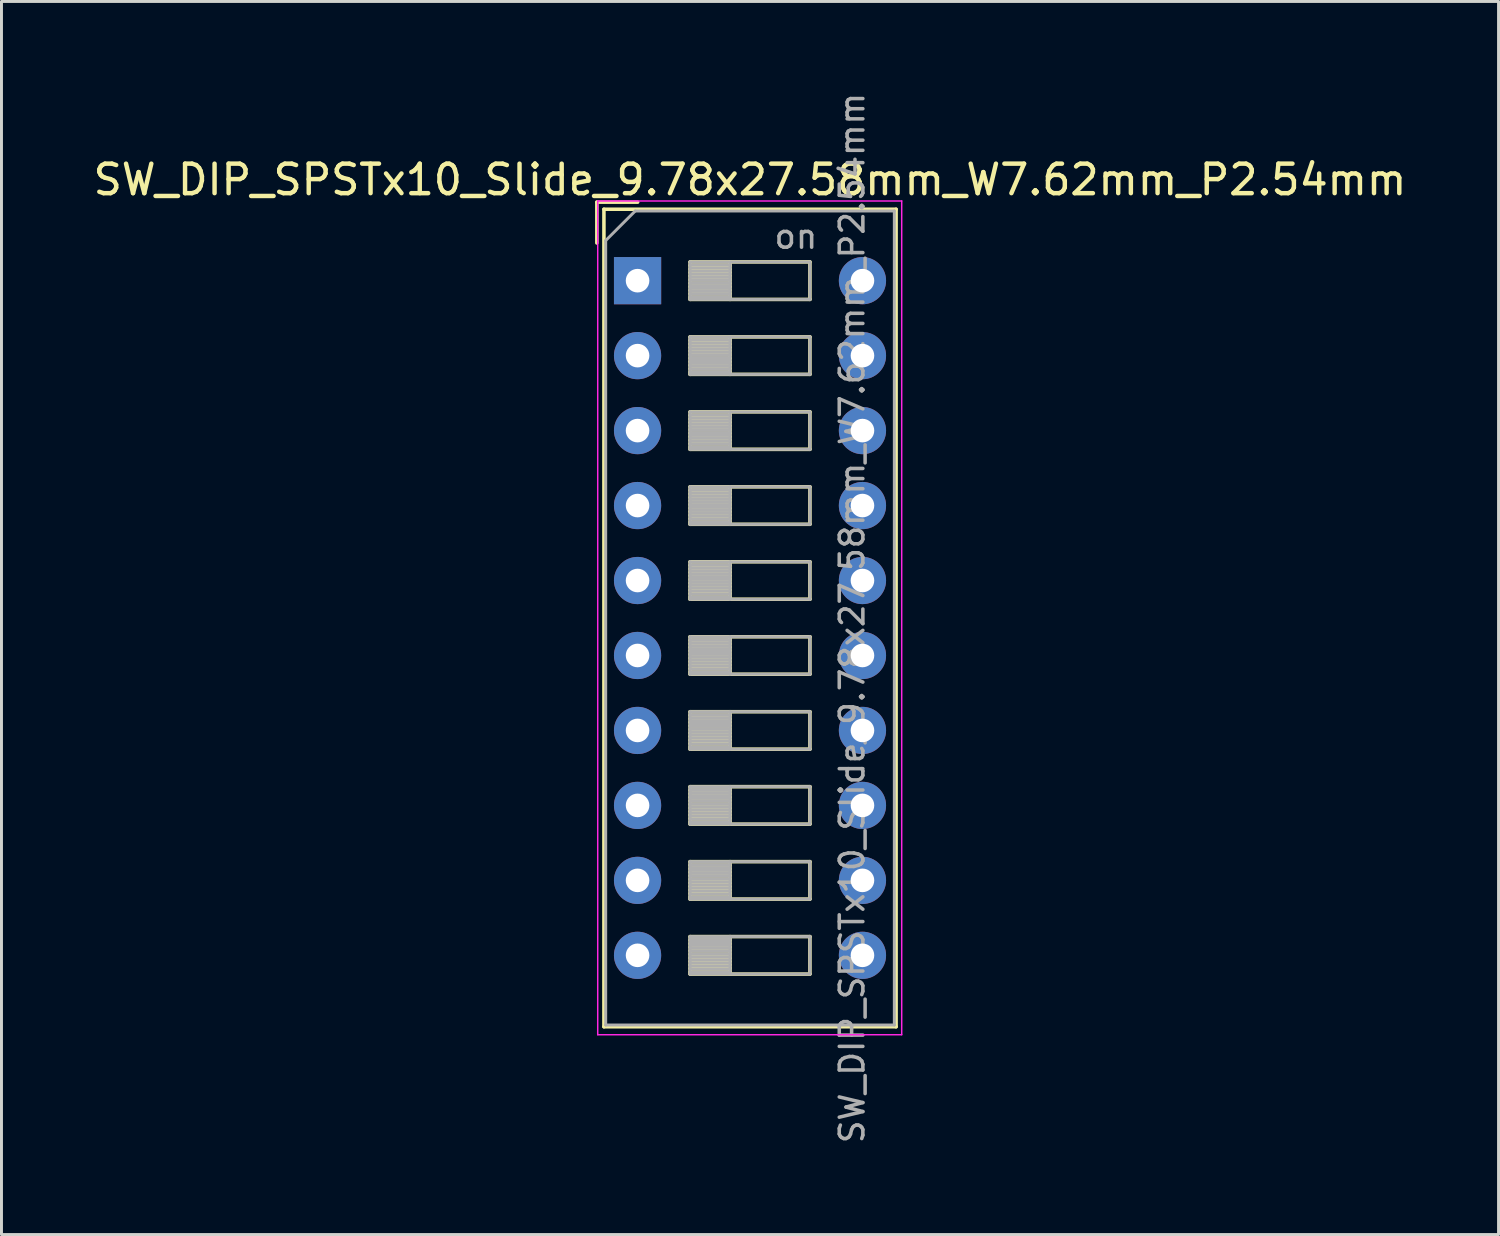
<source format=kicad_pcb>
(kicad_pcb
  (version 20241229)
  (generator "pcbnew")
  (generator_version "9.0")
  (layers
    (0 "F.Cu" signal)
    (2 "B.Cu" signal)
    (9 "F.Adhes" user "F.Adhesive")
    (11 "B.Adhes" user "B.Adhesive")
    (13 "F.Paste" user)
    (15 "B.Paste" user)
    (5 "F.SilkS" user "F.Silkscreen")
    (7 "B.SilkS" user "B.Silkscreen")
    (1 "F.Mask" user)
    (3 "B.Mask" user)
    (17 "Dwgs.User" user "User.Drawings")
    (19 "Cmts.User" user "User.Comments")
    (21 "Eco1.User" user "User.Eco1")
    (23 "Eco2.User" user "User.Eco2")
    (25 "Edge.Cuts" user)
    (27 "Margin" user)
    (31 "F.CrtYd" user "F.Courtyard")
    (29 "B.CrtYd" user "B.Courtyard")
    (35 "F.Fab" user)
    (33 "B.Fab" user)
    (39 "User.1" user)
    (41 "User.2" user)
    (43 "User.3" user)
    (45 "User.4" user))
  (footprint "SW_DIP_SPSTx10_Slide_9.78x27.58mm_W7.62mm_P2.54mm"
    (layer "F.Cu")
    (at 18.553 6.46)
    (property "Reference" "SW_DIP_SPSTx10_Slide_9.78x27.58mm_W7.62mm_P2.54mm" (at 3.81 -3.42 0) (layer "F.SilkS") (effects (font (size 1 1) (thickness 0.15))))
    (attr through_hole)
    (fp_line (start -1.38 -2.66) (end -1.38 -1.277) (stroke (width 0.12) (type solid)) (layer "F.SilkS"))
    (fp_line (start -1.38 -2.66) (end 0.004 -2.66) (stroke (width 0.12) (type solid)) (layer "F.SilkS"))
    (fp_line (start -1.14 -2.42) (end -1.14 25.28) (stroke (width 0.12) (type solid)) (layer "F.SilkS"))
    (fp_line (start -1.14 -2.42) (end 8.76 -2.42) (stroke (width 0.12) (type solid)) (layer "F.SilkS"))
    (fp_line (start -1.14 25.28) (end 8.76 25.28) (stroke (width 0.12) (type solid)) (layer "F.SilkS"))
    (fp_line (start 1.78 -0.635) (end 1.78 0.635) (stroke (width 0.12) (type solid)) (layer "F.SilkS"))
    (fp_line (start 1.78 -0.515) (end 3.133 -0.515) (stroke (width 0.12) (type solid)) (layer "F.SilkS"))
    (fp_line (start 1.78 -0.395) (end 3.133 -0.395) (stroke (width 0.12) (type solid)) (layer "F.SilkS"))
    (fp_line (start 1.78 -0.275) (end 3.133 -0.275) (stroke (width 0.12) (type solid)) (layer "F.SilkS"))
    (fp_line (start 1.78 -0.155) (end 3.133 -0.155) (stroke (width 0.12) (type solid)) (layer "F.SilkS"))
    (fp_line (start 1.78 -0.035) (end 3.133 -0.035) (stroke (width 0.12) (type solid)) (layer "F.SilkS"))
    (fp_line (start 1.78 0.085) (end 3.133 0.085) (stroke (width 0.12) (type solid)) (layer "F.SilkS"))
    (fp_line (start 1.78 0.205) (end 3.133 0.205) (stroke (width 0.12) (type solid)) (layer "F.SilkS"))
    (fp_line (start 1.78 0.325) (end 3.133 0.325) (stroke (width 0.12) (type solid)) (layer "F.SilkS"))
    (fp_line (start 1.78 0.445) (end 3.133 0.445) (stroke (width 0.12) (type solid)) (layer "F.SilkS"))
    (fp_line (start 1.78 0.565) (end 3.133 0.565) (stroke (width 0.12) (type solid)) (layer "F.SilkS"))
    (fp_line (start 1.78 0.635) (end 5.84 0.635) (stroke (width 0.12) (type solid)) (layer "F.SilkS"))
    (fp_line (start 1.78 1.905) (end 1.78 3.175) (stroke (width 0.12) (type solid)) (layer "F.SilkS"))
    (fp_line (start 1.78 2.025) (end 3.133 2.025) (stroke (width 0.12) (type solid)) (layer "F.SilkS"))
    (fp_line (start 1.78 2.145) (end 3.133 2.145) (stroke (width 0.12) (type solid)) (layer "F.SilkS"))
    (fp_line (start 1.78 2.265) (end 3.133 2.265) (stroke (width 0.12) (type solid)) (layer "F.SilkS"))
    (fp_line (start 1.78 2.385) (end 3.133 2.385) (stroke (width 0.12) (type solid)) (layer "F.SilkS"))
    (fp_line (start 1.78 2.505) (end 3.133 2.505) (stroke (width 0.12) (type solid)) (layer "F.SilkS"))
    (fp_line (start 1.78 2.625) (end 3.133 2.625) (stroke (width 0.12) (type solid)) (layer "F.SilkS"))
    (fp_line (start 1.78 2.745) (end 3.133 2.745) (stroke (width 0.12) (type solid)) (layer "F.SilkS"))
    (fp_line (start 1.78 2.865) (end 3.133 2.865) (stroke (width 0.12) (type solid)) (layer "F.SilkS"))
    (fp_line (start 1.78 2.985) (end 3.133 2.985) (stroke (width 0.12) (type solid)) (layer "F.SilkS"))
    (fp_line (start 1.78 3.105) (end 3.133 3.105) (stroke (width 0.12) (type solid)) (layer "F.SilkS"))
    (fp_line (start 1.78 3.175) (end 5.84 3.175) (stroke (width 0.12) (type solid)) (layer "F.SilkS"))
    (fp_line (start 1.78 4.445) (end 1.78 5.715) (stroke (width 0.12) (type solid)) (layer "F.SilkS"))
    (fp_line (start 1.78 4.565) (end 3.133 4.565) (stroke (width 0.12) (type solid)) (layer "F.SilkS"))
    (fp_line (start 1.78 4.685) (end 3.133 4.685) (stroke (width 0.12) (type solid)) (layer "F.SilkS"))
    (fp_line (start 1.78 4.805) (end 3.133 4.805) (stroke (width 0.12) (type solid)) (layer "F.SilkS"))
    (fp_line (start 1.78 4.925) (end 3.133 4.925) (stroke (width 0.12) (type solid)) (layer "F.SilkS"))
    (fp_line (start 1.78 5.045) (end 3.133 5.045) (stroke (width 0.12) (type solid)) (layer "F.SilkS"))
    (fp_line (start 1.78 5.165) (end 3.133 5.165) (stroke (width 0.12) (type solid)) (layer "F.SilkS"))
    (fp_line (start 1.78 5.285) (end 3.133 5.285) (stroke (width 0.12) (type solid)) (layer "F.SilkS"))
    (fp_line (start 1.78 5.405) (end 3.133 5.405) (stroke (width 0.12) (type solid)) (layer "F.SilkS"))
    (fp_line (start 1.78 5.525) (end 3.133 5.525) (stroke (width 0.12) (type solid)) (layer "F.SilkS"))
    (fp_line (start 1.78 5.645) (end 3.133 5.645) (stroke (width 0.12) (type solid)) (layer "F.SilkS"))
    (fp_line (start 1.78 5.715) (end 5.84 5.715) (stroke (width 0.12) (type solid)) (layer "F.SilkS"))
    (fp_line (start 1.78 6.985) (end 1.78 8.255) (stroke (width 0.12) (type solid)) (layer "F.SilkS"))
    (fp_line (start 1.78 7.105) (end 3.133 7.105) (stroke (width 0.12) (type solid)) (layer "F.SilkS"))
    (fp_line (start 1.78 7.225) (end 3.133 7.225) (stroke (width 0.12) (type solid)) (layer "F.SilkS"))
    (fp_line (start 1.78 7.345) (end 3.133 7.345) (stroke (width 0.12) (type solid)) (layer "F.SilkS"))
    (fp_line (start 1.78 7.465) (end 3.133 7.465) (stroke (width 0.12) (type solid)) (layer "F.SilkS"))
    (fp_line (start 1.78 7.585) (end 3.133 7.585) (stroke (width 0.12) (type solid)) (layer "F.SilkS"))
    (fp_line (start 1.78 7.705) (end 3.133 7.705) (stroke (width 0.12) (type solid)) (layer "F.SilkS"))
    (fp_line (start 1.78 7.825) (end 3.133 7.825) (stroke (width 0.12) (type solid)) (layer "F.SilkS"))
    (fp_line (start 1.78 7.945) (end 3.133 7.945) (stroke (width 0.12) (type solid)) (layer "F.SilkS"))
    (fp_line (start 1.78 8.065) (end 3.133 8.065) (stroke (width 0.12) (type solid)) (layer "F.SilkS"))
    (fp_line (start 1.78 8.185) (end 3.133 8.185) (stroke (width 0.12) (type solid)) (layer "F.SilkS"))
    (fp_line (start 1.78 8.255) (end 5.84 8.255) (stroke (width 0.12) (type solid)) (layer "F.SilkS"))
    (fp_line (start 1.78 9.525) (end 1.78 10.795) (stroke (width 0.12) (type solid)) (layer "F.SilkS"))
    (fp_line (start 1.78 9.645) (end 3.133 9.645) (stroke (width 0.12) (type solid)) (layer "F.SilkS"))
    (fp_line (start 1.78 9.765) (end 3.133 9.765) (stroke (width 0.12) (type solid)) (layer "F.SilkS"))
    (fp_line (start 1.78 9.885) (end 3.133 9.885) (stroke (width 0.12) (type solid)) (layer "F.SilkS"))
    (fp_line (start 1.78 10.005) (end 3.133 10.005) (stroke (width 0.12) (type solid)) (layer "F.SilkS"))
    (fp_line (start 1.78 10.125) (end 3.133 10.125) (stroke (width 0.12) (type solid)) (layer "F.SilkS"))
    (fp_line (start 1.78 10.245) (end 3.133 10.245) (stroke (width 0.12) (type solid)) (layer "F.SilkS"))
    (fp_line (start 1.78 10.365) (end 3.133 10.365) (stroke (width 0.12) (type solid)) (layer "F.SilkS"))
    (fp_line (start 1.78 10.485) (end 3.133 10.485) (stroke (width 0.12) (type solid)) (layer "F.SilkS"))
    (fp_line (start 1.78 10.605) (end 3.133 10.605) (stroke (width 0.12) (type solid)) (layer "F.SilkS"))
    (fp_line (start 1.78 10.725) (end 3.133 10.725) (stroke (width 0.12) (type solid)) (layer "F.SilkS"))
    (fp_line (start 1.78 10.795) (end 5.84 10.795) (stroke (width 0.12) (type solid)) (layer "F.SilkS"))
    (fp_line (start 1.78 12.065) (end 1.78 13.335) (stroke (width 0.12) (type solid)) (layer "F.SilkS"))
    (fp_line (start 1.78 12.185) (end 3.133 12.185) (stroke (width 0.12) (type solid)) (layer "F.SilkS"))
    (fp_line (start 1.78 12.305) (end 3.133 12.305) (stroke (width 0.12) (type solid)) (layer "F.SilkS"))
    (fp_line (start 1.78 12.425) (end 3.133 12.425) (stroke (width 0.12) (type solid)) (layer "F.SilkS"))
    (fp_line (start 1.78 12.545) (end 3.133 12.545) (stroke (width 0.12) (type solid)) (layer "F.SilkS"))
    (fp_line (start 1.78 12.665) (end 3.133 12.665) (stroke (width 0.12) (type solid)) (layer "F.SilkS"))
    (fp_line (start 1.78 12.785) (end 3.133 12.785) (stroke (width 0.12) (type solid)) (layer "F.SilkS"))
    (fp_line (start 1.78 12.905) (end 3.133 12.905) (stroke (width 0.12) (type solid)) (layer "F.SilkS"))
    (fp_line (start 1.78 13.025) (end 3.133 13.025) (stroke (width 0.12) (type solid)) (layer "F.SilkS"))
    (fp_line (start 1.78 13.145) (end 3.133 13.145) (stroke (width 0.12) (type solid)) (layer "F.SilkS"))
    (fp_line (start 1.78 13.265) (end 3.133 13.265) (stroke (width 0.12) (type solid)) (layer "F.SilkS"))
    (fp_line (start 1.78 13.335) (end 5.84 13.335) (stroke (width 0.12) (type solid)) (layer "F.SilkS"))
    (fp_line (start 1.78 14.605) (end 1.78 15.875) (stroke (width 0.12) (type solid)) (layer "F.SilkS"))
    (fp_line (start 1.78 14.725) (end 3.133 14.725) (stroke (width 0.12) (type solid)) (layer "F.SilkS"))
    (fp_line (start 1.78 14.845) (end 3.133 14.845) (stroke (width 0.12) (type solid)) (layer "F.SilkS"))
    (fp_line (start 1.78 14.965) (end 3.133 14.965) (stroke (width 0.12) (type solid)) (layer "F.SilkS"))
    (fp_line (start 1.78 15.085) (end 3.133 15.085) (stroke (width 0.12) (type solid)) (layer "F.SilkS"))
    (fp_line (start 1.78 15.205) (end 3.133 15.205) (stroke (width 0.12) (type solid)) (layer "F.SilkS"))
    (fp_line (start 1.78 15.325) (end 3.133 15.325) (stroke (width 0.12) (type solid)) (layer "F.SilkS"))
    (fp_line (start 1.78 15.445) (end 3.133 15.445) (stroke (width 0.12) (type solid)) (layer "F.SilkS"))
    (fp_line (start 1.78 15.565) (end 3.133 15.565) (stroke (width 0.12) (type solid)) (layer "F.SilkS"))
    (fp_line (start 1.78 15.685) (end 3.133 15.685) (stroke (width 0.12) (type solid)) (layer "F.SilkS"))
    (fp_line (start 1.78 15.805) (end 3.133 15.805) (stroke (width 0.12) (type solid)) (layer "F.SilkS"))
    (fp_line (start 1.78 15.875) (end 5.84 15.875) (stroke (width 0.12) (type solid)) (layer "F.SilkS"))
    (fp_line (start 1.78 17.145) (end 1.78 18.415) (stroke (width 0.12) (type solid)) (layer "F.SilkS"))
    (fp_line (start 1.78 17.265) (end 3.133 17.265) (stroke (width 0.12) (type solid)) (layer "F.SilkS"))
    (fp_line (start 1.78 17.385) (end 3.133 17.385) (stroke (width 0.12) (type solid)) (layer "F.SilkS"))
    (fp_line (start 1.78 17.505) (end 3.133 17.505) (stroke (width 0.12) (type solid)) (layer "F.SilkS"))
    (fp_line (start 1.78 17.625) (end 3.133 17.625) (stroke (width 0.12) (type solid)) (layer "F.SilkS"))
    (fp_line (start 1.78 17.745) (end 3.133 17.745) (stroke (width 0.12) (type solid)) (layer "F.SilkS"))
    (fp_line (start 1.78 17.865) (end 3.133 17.865) (stroke (width 0.12) (type solid)) (layer "F.SilkS"))
    (fp_line (start 1.78 17.985) (end 3.133 17.985) (stroke (width 0.12) (type solid)) (layer "F.SilkS"))
    (fp_line (start 1.78 18.105) (end 3.133 18.105) (stroke (width 0.12) (type solid)) (layer "F.SilkS"))
    (fp_line (start 1.78 18.225) (end 3.133 18.225) (stroke (width 0.12) (type solid)) (layer "F.SilkS"))
    (fp_line (start 1.78 18.345) (end 3.133 18.345) (stroke (width 0.12) (type solid)) (layer "F.SilkS"))
    (fp_line (start 1.78 18.415) (end 5.84 18.415) (stroke (width 0.12) (type solid)) (layer "F.SilkS"))
    (fp_line (start 1.78 19.685) (end 1.78 20.955) (stroke (width 0.12) (type solid)) (layer "F.SilkS"))
    (fp_line (start 1.78 19.805) (end 3.133 19.805) (stroke (width 0.12) (type solid)) (layer "F.SilkS"))
    (fp_line (start 1.78 19.925) (end 3.133 19.925) (stroke (width 0.12) (type solid)) (layer "F.SilkS"))
    (fp_line (start 1.78 20.045) (end 3.133 20.045) (stroke (width 0.12) (type solid)) (layer "F.SilkS"))
    (fp_line (start 1.78 20.165) (end 3.133 20.165) (stroke (width 0.12) (type solid)) (layer "F.SilkS"))
    (fp_line (start 1.78 20.285) (end 3.133 20.285) (stroke (width 0.12) (type solid)) (layer "F.SilkS"))
    (fp_line (start 1.78 20.405) (end 3.133 20.405) (stroke (width 0.12) (type solid)) (layer "F.SilkS"))
    (fp_line (start 1.78 20.525) (end 3.133 20.525) (stroke (width 0.12) (type solid)) (layer "F.SilkS"))
    (fp_line (start 1.78 20.645) (end 3.133 20.645) (stroke (width 0.12) (type solid)) (layer "F.SilkS"))
    (fp_line (start 1.78 20.765) (end 3.133 20.765) (stroke (width 0.12) (type solid)) (layer "F.SilkS"))
    (fp_line (start 1.78 20.885) (end 3.133 20.885) (stroke (width 0.12) (type solid)) (layer "F.SilkS"))
    (fp_line (start 1.78 20.955) (end 5.84 20.955) (stroke (width 0.12) (type solid)) (layer "F.SilkS"))
    (fp_line (start 1.78 22.225) (end 1.78 23.495) (stroke (width 0.12) (type solid)) (layer "F.SilkS"))
    (fp_line (start 1.78 22.345) (end 3.133 22.345) (stroke (width 0.12) (type solid)) (layer "F.SilkS"))
    (fp_line (start 1.78 22.465) (end 3.133 22.465) (stroke (width 0.12) (type solid)) (layer "F.SilkS"))
    (fp_line (start 1.78 22.585) (end 3.133 22.585) (stroke (width 0.12) (type solid)) (layer "F.SilkS"))
    (fp_line (start 1.78 22.705) (end 3.133 22.705) (stroke (width 0.12) (type solid)) (layer "F.SilkS"))
    (fp_line (start 1.78 22.825) (end 3.133 22.825) (stroke (width 0.12) (type solid)) (layer "F.SilkS"))
    (fp_line (start 1.78 22.945) (end 3.133 22.945) (stroke (width 0.12) (type solid)) (layer "F.SilkS"))
    (fp_line (start 1.78 23.065) (end 3.133 23.065) (stroke (width 0.12) (type solid)) (layer "F.SilkS"))
    (fp_line (start 1.78 23.185) (end 3.133 23.185) (stroke (width 0.12) (type solid)) (layer "F.SilkS"))
    (fp_line (start 1.78 23.305) (end 3.133 23.305) (stroke (width 0.12) (type solid)) (layer "F.SilkS"))
    (fp_line (start 1.78 23.425) (end 3.133 23.425) (stroke (width 0.12) (type solid)) (layer "F.SilkS"))
    (fp_line (start 1.78 23.495) (end 5.84 23.495) (stroke (width 0.12) (type solid)) (layer "F.SilkS"))
    (fp_line (start 3.133 -0.635) (end 3.133 0.635) (stroke (width 0.12) (type solid)) (layer "F.SilkS"))
    (fp_line (start 3.133 1.905) (end 3.133 3.175) (stroke (width 0.12) (type solid)) (layer "F.SilkS"))
    (fp_line (start 3.133 4.445) (end 3.133 5.715) (stroke (width 0.12) (type solid)) (layer "F.SilkS"))
    (fp_line (start 3.133 6.985) (end 3.133 8.255) (stroke (width 0.12) (type solid)) (layer "F.SilkS"))
    (fp_line (start 3.133 9.525) (end 3.133 10.795) (stroke (width 0.12) (type solid)) (layer "F.SilkS"))
    (fp_line (start 3.133 12.065) (end 3.133 13.335) (stroke (width 0.12) (type solid)) (layer "F.SilkS"))
    (fp_line (start 3.133 14.605) (end 3.133 15.875) (stroke (width 0.12) (type solid)) (layer "F.SilkS"))
    (fp_line (start 3.133 17.145) (end 3.133 18.415) (stroke (width 0.12) (type solid)) (layer "F.SilkS"))
    (fp_line (start 3.133 19.685) (end 3.133 20.955) (stroke (width 0.12) (type solid)) (layer "F.SilkS"))
    (fp_line (start 3.133 22.225) (end 3.133 23.495) (stroke (width 0.12) (type solid)) (layer "F.SilkS"))
    (fp_line (start 5.84 -0.635) (end 1.78 -0.635) (stroke (width 0.12) (type solid)) (layer "F.SilkS"))
    (fp_line (start 5.84 0.635) (end 5.84 -0.635) (stroke (width 0.12) (type solid)) (layer "F.SilkS"))
    (fp_line (start 5.84 1.905) (end 1.78 1.905) (stroke (width 0.12) (type solid)) (layer "F.SilkS"))
    (fp_line (start 5.84 3.175) (end 5.84 1.905) (stroke (width 0.12) (type solid)) (layer "F.SilkS"))
    (fp_line (start 5.84 4.445) (end 1.78 4.445) (stroke (width 0.12) (type solid)) (layer "F.SilkS"))
    (fp_line (start 5.84 5.715) (end 5.84 4.445) (stroke (width 0.12) (type solid)) (layer "F.SilkS"))
    (fp_line (start 5.84 6.985) (end 1.78 6.985) (stroke (width 0.12) (type solid)) (layer "F.SilkS"))
    (fp_line (start 5.84 8.255) (end 5.84 6.985) (stroke (width 0.12) (type solid)) (layer "F.SilkS"))
    (fp_line (start 5.84 9.525) (end 1.78 9.525) (stroke (width 0.12) (type solid)) (layer "F.SilkS"))
    (fp_line (start 5.84 10.795) (end 5.84 9.525) (stroke (width 0.12) (type solid)) (layer "F.SilkS"))
    (fp_line (start 5.84 12.065) (end 1.78 12.065) (stroke (width 0.12) (type solid)) (layer "F.SilkS"))
    (fp_line (start 5.84 13.335) (end 5.84 12.065) (stroke (width 0.12) (type solid)) (layer "F.SilkS"))
    (fp_line (start 5.84 14.605) (end 1.78 14.605) (stroke (width 0.12) (type solid)) (layer "F.SilkS"))
    (fp_line (start 5.84 15.875) (end 5.84 14.605) (stroke (width 0.12) (type solid)) (layer "F.SilkS"))
    (fp_line (start 5.84 17.145) (end 1.78 17.145) (stroke (width 0.12) (type solid)) (layer "F.SilkS"))
    (fp_line (start 5.84 18.415) (end 5.84 17.145) (stroke (width 0.12) (type solid)) (layer "F.SilkS"))
    (fp_line (start 5.84 19.685) (end 1.78 19.685) (stroke (width 0.12) (type solid)) (layer "F.SilkS"))
    (fp_line (start 5.84 20.955) (end 5.84 19.685) (stroke (width 0.12) (type solid)) (layer "F.SilkS"))
    (fp_line (start 5.84 22.225) (end 1.78 22.225) (stroke (width 0.12) (type solid)) (layer "F.SilkS"))
    (fp_line (start 5.84 23.495) (end 5.84 22.225) (stroke (width 0.12) (type solid)) (layer "F.SilkS"))
    (fp_line (start 8.76 -2.42) (end 8.76 25.28) (stroke (width 0.12) (type solid)) (layer "F.SilkS"))
    (fp_line (start -1.35 -2.7) (end -1.35 25.55) (stroke (width 0.05) (type solid)) (layer "F.CrtYd"))
    (fp_line (start -1.35 25.55) (end 8.95 25.55) (stroke (width 0.05) (type solid)) (layer "F.CrtYd"))
    (fp_line (start 8.95 -2.7) (end -1.35 -2.7) (stroke (width 0.05) (type solid)) (layer "F.CrtYd"))
    (fp_line (start 8.95 25.55) (end 8.95 -2.7) (stroke (width 0.05) (type solid)) (layer "F.CrtYd"))
    (fp_line (start -1.08 -1.36) (end -0.08 -2.36) (stroke (width 0.1) (type solid)) (layer "F.Fab"))
    (fp_line (start -1.08 25.22) (end -1.08 -1.36) (stroke (width 0.1) (type solid)) (layer "F.Fab"))
    (fp_line (start -0.08 -2.36) (end 8.7 -2.36) (stroke (width 0.1) (type solid)) (layer "F.Fab"))
    (fp_line (start 1.78 -0.635) (end 1.78 0.635) (stroke (width 0.1) (type solid)) (layer "F.Fab"))
    (fp_line (start 1.78 -0.535) (end 3.133 -0.535) (stroke (width 0.1) (type solid)) (layer "F.Fab"))
    (fp_line (start 1.78 -0.435) (end 3.133 -0.435) (stroke (width 0.1) (type solid)) (layer "F.Fab"))
    (fp_line (start 1.78 -0.335) (end 3.133 -0.335) (stroke (width 0.1) (type solid)) (layer "F.Fab"))
    (fp_line (start 1.78 -0.235) (end 3.133 -0.235) (stroke (width 0.1) (type solid)) (layer "F.Fab"))
    (fp_line (start 1.78 -0.135) (end 3.133 -0.135) (stroke (width 0.1) (type solid)) (layer "F.Fab"))
    (fp_line (start 1.78 -0.035) (end 3.133 -0.035) (stroke (width 0.1) (type solid)) (layer "F.Fab"))
    (fp_line (start 1.78 0.065) (end 3.133 0.065) (stroke (width 0.1) (type solid)) (layer "F.Fab"))
    (fp_line (start 1.78 0.165) (end 3.133 0.165) (stroke (width 0.1) (type solid)) (layer "F.Fab"))
    (fp_line (start 1.78 0.265) (end 3.133 0.265) (stroke (width 0.1) (type solid)) (layer "F.Fab"))
    (fp_line (start 1.78 0.365) (end 3.133 0.365) (stroke (width 0.1) (type solid)) (layer "F.Fab"))
    (fp_line (start 1.78 0.465) (end 3.133 0.465) (stroke (width 0.1) (type solid)) (layer "F.Fab"))
    (fp_line (start 1.78 0.565) (end 3.133 0.565) (stroke (width 0.1) (type solid)) (layer "F.Fab"))
    (fp_line (start 1.78 0.635) (end 5.84 0.635) (stroke (width 0.1) (type solid)) (layer "F.Fab"))
    (fp_line (start 1.78 1.905) (end 1.78 3.175) (stroke (width 0.1) (type solid)) (layer "F.Fab"))
    (fp_line (start 1.78 2.005) (end 3.133 2.005) (stroke (width 0.1) (type solid)) (layer "F.Fab"))
    (fp_line (start 1.78 2.105) (end 3.133 2.105) (stroke (width 0.1) (type solid)) (layer "F.Fab"))
    (fp_line (start 1.78 2.205) (end 3.133 2.205) (stroke (width 0.1) (type solid)) (layer "F.Fab"))
    (fp_line (start 1.78 2.305) (end 3.133 2.305) (stroke (width 0.1) (type solid)) (layer "F.Fab"))
    (fp_line (start 1.78 2.405) (end 3.133 2.405) (stroke (width 0.1) (type solid)) (layer "F.Fab"))
    (fp_line (start 1.78 2.505) (end 3.133 2.505) (stroke (width 0.1) (type solid)) (layer "F.Fab"))
    (fp_line (start 1.78 2.605) (end 3.133 2.605) (stroke (width 0.1) (type solid)) (layer "F.Fab"))
    (fp_line (start 1.78 2.705) (end 3.133 2.705) (stroke (width 0.1) (type solid)) (layer "F.Fab"))
    (fp_line (start 1.78 2.805) (end 3.133 2.805) (stroke (width 0.1) (type solid)) (layer "F.Fab"))
    (fp_line (start 1.78 2.905) (end 3.133 2.905) (stroke (width 0.1) (type solid)) (layer "F.Fab"))
    (fp_line (start 1.78 3.005) (end 3.133 3.005) (stroke (width 0.1) (type solid)) (layer "F.Fab"))
    (fp_line (start 1.78 3.105) (end 3.133 3.105) (stroke (width 0.1) (type solid)) (layer "F.Fab"))
    (fp_line (start 1.78 3.175) (end 5.84 3.175) (stroke (width 0.1) (type solid)) (layer "F.Fab"))
    (fp_line (start 1.78 4.445) (end 1.78 5.715) (stroke (width 0.1) (type solid)) (layer "F.Fab"))
    (fp_line (start 1.78 4.545) (end 3.133 4.545) (stroke (width 0.1) (type solid)) (layer "F.Fab"))
    (fp_line (start 1.78 4.645) (end 3.133 4.645) (stroke (width 0.1) (type solid)) (layer "F.Fab"))
    (fp_line (start 1.78 4.745) (end 3.133 4.745) (stroke (width 0.1) (type solid)) (layer "F.Fab"))
    (fp_line (start 1.78 4.845) (end 3.133 4.845) (stroke (width 0.1) (type solid)) (layer "F.Fab"))
    (fp_line (start 1.78 4.945) (end 3.133 4.945) (stroke (width 0.1) (type solid)) (layer "F.Fab"))
    (fp_line (start 1.78 5.045) (end 3.133 5.045) (stroke (width 0.1) (type solid)) (layer "F.Fab"))
    (fp_line (start 1.78 5.145) (end 3.133 5.145) (stroke (width 0.1) (type solid)) (layer "F.Fab"))
    (fp_line (start 1.78 5.245) (end 3.133 5.245) (stroke (width 0.1) (type solid)) (layer "F.Fab"))
    (fp_line (start 1.78 5.345) (end 3.133 5.345) (stroke (width 0.1) (type solid)) (layer "F.Fab"))
    (fp_line (start 1.78 5.445) (end 3.133 5.445) (stroke (width 0.1) (type solid)) (layer "F.Fab"))
    (fp_line (start 1.78 5.545) (end 3.133 5.545) (stroke (width 0.1) (type solid)) (layer "F.Fab"))
    (fp_line (start 1.78 5.645) (end 3.133 5.645) (stroke (width 0.1) (type solid)) (layer "F.Fab"))
    (fp_line (start 1.78 5.715) (end 5.84 5.715) (stroke (width 0.1) (type solid)) (layer "F.Fab"))
    (fp_line (start 1.78 6.985) (end 1.78 8.255) (stroke (width 0.1) (type solid)) (layer "F.Fab"))
    (fp_line (start 1.78 7.085) (end 3.133 7.085) (stroke (width 0.1) (type solid)) (layer "F.Fab"))
    (fp_line (start 1.78 7.185) (end 3.133 7.185) (stroke (width 0.1) (type solid)) (layer "F.Fab"))
    (fp_line (start 1.78 7.285) (end 3.133 7.285) (stroke (width 0.1) (type solid)) (layer "F.Fab"))
    (fp_line (start 1.78 7.385) (end 3.133 7.385) (stroke (width 0.1) (type solid)) (layer "F.Fab"))
    (fp_line (start 1.78 7.485) (end 3.133 7.485) (stroke (width 0.1) (type solid)) (layer "F.Fab"))
    (fp_line (start 1.78 7.585) (end 3.133 7.585) (stroke (width 0.1) (type solid)) (layer "F.Fab"))
    (fp_line (start 1.78 7.685) (end 3.133 7.685) (stroke (width 0.1) (type solid)) (layer "F.Fab"))
    (fp_line (start 1.78 7.785) (end 3.133 7.785) (stroke (width 0.1) (type solid)) (layer "F.Fab"))
    (fp_line (start 1.78 7.885) (end 3.133 7.885) (stroke (width 0.1) (type solid)) (layer "F.Fab"))
    (fp_line (start 1.78 7.985) (end 3.133 7.985) (stroke (width 0.1) (type solid)) (layer "F.Fab"))
    (fp_line (start 1.78 8.085) (end 3.133 8.085) (stroke (width 0.1) (type solid)) (layer "F.Fab"))
    (fp_line (start 1.78 8.185) (end 3.133 8.185) (stroke (width 0.1) (type solid)) (layer "F.Fab"))
    (fp_line (start 1.78 8.255) (end 5.84 8.255) (stroke (width 0.1) (type solid)) (layer "F.Fab"))
    (fp_line (start 1.78 9.525) (end 1.78 10.795) (stroke (width 0.1) (type solid)) (layer "F.Fab"))
    (fp_line (start 1.78 9.625) (end 3.133 9.625) (stroke (width 0.1) (type solid)) (layer "F.Fab"))
    (fp_line (start 1.78 9.725) (end 3.133 9.725) (stroke (width 0.1) (type solid)) (layer "F.Fab"))
    (fp_line (start 1.78 9.825) (end 3.133 9.825) (stroke (width 0.1) (type solid)) (layer "F.Fab"))
    (fp_line (start 1.78 9.925) (end 3.133 9.925) (stroke (width 0.1) (type solid)) (layer "F.Fab"))
    (fp_line (start 1.78 10.025) (end 3.133 10.025) (stroke (width 0.1) (type solid)) (layer "F.Fab"))
    (fp_line (start 1.78 10.125) (end 3.133 10.125) (stroke (width 0.1) (type solid)) (layer "F.Fab"))
    (fp_line (start 1.78 10.225) (end 3.133 10.225) (stroke (width 0.1) (type solid)) (layer "F.Fab"))
    (fp_line (start 1.78 10.325) (end 3.133 10.325) (stroke (width 0.1) (type solid)) (layer "F.Fab"))
    (fp_line (start 1.78 10.425) (end 3.133 10.425) (stroke (width 0.1) (type solid)) (layer "F.Fab"))
    (fp_line (start 1.78 10.525) (end 3.133 10.525) (stroke (width 0.1) (type solid)) (layer "F.Fab"))
    (fp_line (start 1.78 10.625) (end 3.133 10.625) (stroke (width 0.1) (type solid)) (layer "F.Fab"))
    (fp_line (start 1.78 10.725) (end 3.133 10.725) (stroke (width 0.1) (type solid)) (layer "F.Fab"))
    (fp_line (start 1.78 10.795) (end 5.84 10.795) (stroke (width 0.1) (type solid)) (layer "F.Fab"))
    (fp_line (start 1.78 12.065) (end 1.78 13.335) (stroke (width 0.1) (type solid)) (layer "F.Fab"))
    (fp_line (start 1.78 12.165) (end 3.133 12.165) (stroke (width 0.1) (type solid)) (layer "F.Fab"))
    (fp_line (start 1.78 12.265) (end 3.133 12.265) (stroke (width 0.1) (type solid)) (layer "F.Fab"))
    (fp_line (start 1.78 12.365) (end 3.133 12.365) (stroke (width 0.1) (type solid)) (layer "F.Fab"))
    (fp_line (start 1.78 12.465) (end 3.133 12.465) (stroke (width 0.1) (type solid)) (layer "F.Fab"))
    (fp_line (start 1.78 12.565) (end 3.133 12.565) (stroke (width 0.1) (type solid)) (layer "F.Fab"))
    (fp_line (start 1.78 12.665) (end 3.133 12.665) (stroke (width 0.1) (type solid)) (layer "F.Fab"))
    (fp_line (start 1.78 12.765) (end 3.133 12.765) (stroke (width 0.1) (type solid)) (layer "F.Fab"))
    (fp_line (start 1.78 12.865) (end 3.133 12.865) (stroke (width 0.1) (type solid)) (layer "F.Fab"))
    (fp_line (start 1.78 12.965) (end 3.133 12.965) (stroke (width 0.1) (type solid)) (layer "F.Fab"))
    (fp_line (start 1.78 13.065) (end 3.133 13.065) (stroke (width 0.1) (type solid)) (layer "F.Fab"))
    (fp_line (start 1.78 13.165) (end 3.133 13.165) (stroke (width 0.1) (type solid)) (layer "F.Fab"))
    (fp_line (start 1.78 13.265) (end 3.133 13.265) (stroke (width 0.1) (type solid)) (layer "F.Fab"))
    (fp_line (start 1.78 13.335) (end 5.84 13.335) (stroke (width 0.1) (type solid)) (layer "F.Fab"))
    (fp_line (start 1.78 14.605) (end 1.78 15.875) (stroke (width 0.1) (type solid)) (layer "F.Fab"))
    (fp_line (start 1.78 14.705) (end 3.133 14.705) (stroke (width 0.1) (type solid)) (layer "F.Fab"))
    (fp_line (start 1.78 14.805) (end 3.133 14.805) (stroke (width 0.1) (type solid)) (layer "F.Fab"))
    (fp_line (start 1.78 14.905) (end 3.133 14.905) (stroke (width 0.1) (type solid)) (layer "F.Fab"))
    (fp_line (start 1.78 15.005) (end 3.133 15.005) (stroke (width 0.1) (type solid)) (layer "F.Fab"))
    (fp_line (start 1.78 15.105) (end 3.133 15.105) (stroke (width 0.1) (type solid)) (layer "F.Fab"))
    (fp_line (start 1.78 15.205) (end 3.133 15.205) (stroke (width 0.1) (type solid)) (layer "F.Fab"))
    (fp_line (start 1.78 15.305) (end 3.133 15.305) (stroke (width 0.1) (type solid)) (layer "F.Fab"))
    (fp_line (start 1.78 15.405) (end 3.133 15.405) (stroke (width 0.1) (type solid)) (layer "F.Fab"))
    (fp_line (start 1.78 15.505) (end 3.133 15.505) (stroke (width 0.1) (type solid)) (layer "F.Fab"))
    (fp_line (start 1.78 15.605) (end 3.133 15.605) (stroke (width 0.1) (type solid)) (layer "F.Fab"))
    (fp_line (start 1.78 15.705) (end 3.133 15.705) (stroke (width 0.1) (type solid)) (layer "F.Fab"))
    (fp_line (start 1.78 15.805) (end 3.133 15.805) (stroke (width 0.1) (type solid)) (layer "F.Fab"))
    (fp_line (start 1.78 15.875) (end 5.84 15.875) (stroke (width 0.1) (type solid)) (layer "F.Fab"))
    (fp_line (start 1.78 17.145) (end 1.78 18.415) (stroke (width 0.1) (type solid)) (layer "F.Fab"))
    (fp_line (start 1.78 17.245) (end 3.133 17.245) (stroke (width 0.1) (type solid)) (layer "F.Fab"))
    (fp_line (start 1.78 17.345) (end 3.133 17.345) (stroke (width 0.1) (type solid)) (layer "F.Fab"))
    (fp_line (start 1.78 17.445) (end 3.133 17.445) (stroke (width 0.1) (type solid)) (layer "F.Fab"))
    (fp_line (start 1.78 17.545) (end 3.133 17.545) (stroke (width 0.1) (type solid)) (layer "F.Fab"))
    (fp_line (start 1.78 17.645) (end 3.133 17.645) (stroke (width 0.1) (type solid)) (layer "F.Fab"))
    (fp_line (start 1.78 17.745) (end 3.133 17.745) (stroke (width 0.1) (type solid)) (layer "F.Fab"))
    (fp_line (start 1.78 17.845) (end 3.133 17.845) (stroke (width 0.1) (type solid)) (layer "F.Fab"))
    (fp_line (start 1.78 17.945) (end 3.133 17.945) (stroke (width 0.1) (type solid)) (layer "F.Fab"))
    (fp_line (start 1.78 18.045) (end 3.133 18.045) (stroke (width 0.1) (type solid)) (layer "F.Fab"))
    (fp_line (start 1.78 18.145) (end 3.133 18.145) (stroke (width 0.1) (type solid)) (layer "F.Fab"))
    (fp_line (start 1.78 18.245) (end 3.133 18.245) (stroke (width 0.1) (type solid)) (layer "F.Fab"))
    (fp_line (start 1.78 18.345) (end 3.133 18.345) (stroke (width 0.1) (type solid)) (layer "F.Fab"))
    (fp_line (start 1.78 18.415) (end 5.84 18.415) (stroke (width 0.1) (type solid)) (layer "F.Fab"))
    (fp_line (start 1.78 19.685) (end 1.78 20.955) (stroke (width 0.1) (type solid)) (layer "F.Fab"))
    (fp_line (start 1.78 19.785) (end 3.133 19.785) (stroke (width 0.1) (type solid)) (layer "F.Fab"))
    (fp_line (start 1.78 19.885) (end 3.133 19.885) (stroke (width 0.1) (type solid)) (layer "F.Fab"))
    (fp_line (start 1.78 19.985) (end 3.133 19.985) (stroke (width 0.1) (type solid)) (layer "F.Fab"))
    (fp_line (start 1.78 20.085) (end 3.133 20.085) (stroke (width 0.1) (type solid)) (layer "F.Fab"))
    (fp_line (start 1.78 20.185) (end 3.133 20.185) (stroke (width 0.1) (type solid)) (layer "F.Fab"))
    (fp_line (start 1.78 20.285) (end 3.133 20.285) (stroke (width 0.1) (type solid)) (layer "F.Fab"))
    (fp_line (start 1.78 20.385) (end 3.133 20.385) (stroke (width 0.1) (type solid)) (layer "F.Fab"))
    (fp_line (start 1.78 20.485) (end 3.133 20.485) (stroke (width 0.1) (type solid)) (layer "F.Fab"))
    (fp_line (start 1.78 20.585) (end 3.133 20.585) (stroke (width 0.1) (type solid)) (layer "F.Fab"))
    (fp_line (start 1.78 20.685) (end 3.133 20.685) (stroke (width 0.1) (type solid)) (layer "F.Fab"))
    (fp_line (start 1.78 20.785) (end 3.133 20.785) (stroke (width 0.1) (type solid)) (layer "F.Fab"))
    (fp_line (start 1.78 20.885) (end 3.133 20.885) (stroke (width 0.1) (type solid)) (layer "F.Fab"))
    (fp_line (start 1.78 20.955) (end 5.84 20.955) (stroke (width 0.1) (type solid)) (layer "F.Fab"))
    (fp_line (start 1.78 22.225) (end 1.78 23.495) (stroke (width 0.1) (type solid)) (layer "F.Fab"))
    (fp_line (start 1.78 22.325) (end 3.133 22.325) (stroke (width 0.1) (type solid)) (layer "F.Fab"))
    (fp_line (start 1.78 22.425) (end 3.133 22.425) (stroke (width 0.1) (type solid)) (layer "F.Fab"))
    (fp_line (start 1.78 22.525) (end 3.133 22.525) (stroke (width 0.1) (type solid)) (layer "F.Fab"))
    (fp_line (start 1.78 22.625) (end 3.133 22.625) (stroke (width 0.1) (type solid)) (layer "F.Fab"))
    (fp_line (start 1.78 22.725) (end 3.133 22.725) (stroke (width 0.1) (type solid)) (layer "F.Fab"))
    (fp_line (start 1.78 22.825) (end 3.133 22.825) (stroke (width 0.1) (type solid)) (layer "F.Fab"))
    (fp_line (start 1.78 22.925) (end 3.133 22.925) (stroke (width 0.1) (type solid)) (layer "F.Fab"))
    (fp_line (start 1.78 23.025) (end 3.133 23.025) (stroke (width 0.1) (type solid)) (layer "F.Fab"))
    (fp_line (start 1.78 23.125) (end 3.133 23.125) (stroke (width 0.1) (type solid)) (layer "F.Fab"))
    (fp_line (start 1.78 23.225) (end 3.133 23.225) (stroke (width 0.1) (type solid)) (layer "F.Fab"))
    (fp_line (start 1.78 23.325) (end 3.133 23.325) (stroke (width 0.1) (type solid)) (layer "F.Fab"))
    (fp_line (start 1.78 23.425) (end 3.133 23.425) (stroke (width 0.1) (type solid)) (layer "F.Fab"))
    (fp_line (start 1.78 23.495) (end 5.84 23.495) (stroke (width 0.1) (type solid)) (layer "F.Fab"))
    (fp_line (start 3.133 -0.635) (end 3.133 0.635) (stroke (width 0.1) (type solid)) (layer "F.Fab"))
    (fp_line (start 3.133 1.905) (end 3.133 3.175) (stroke (width 0.1) (type solid)) (layer "F.Fab"))
    (fp_line (start 3.133 4.445) (end 3.133 5.715) (stroke (width 0.1) (type solid)) (layer "F.Fab"))
    (fp_line (start 3.133 6.985) (end 3.133 8.255) (stroke (width 0.1) (type solid)) (layer "F.Fab"))
    (fp_line (start 3.133 9.525) (end 3.133 10.795) (stroke (width 0.1) (type solid)) (layer "F.Fab"))
    (fp_line (start 3.133 12.065) (end 3.133 13.335) (stroke (width 0.1) (type solid)) (layer "F.Fab"))
    (fp_line (start 3.133 14.605) (end 3.133 15.875) (stroke (width 0.1) (type solid)) (layer "F.Fab"))
    (fp_line (start 3.133 17.145) (end 3.133 18.415) (stroke (width 0.1) (type solid)) (layer "F.Fab"))
    (fp_line (start 3.133 19.685) (end 3.133 20.955) (stroke (width 0.1) (type solid)) (layer "F.Fab"))
    (fp_line (start 3.133 22.225) (end 3.133 23.495) (stroke (width 0.1) (type solid)) (layer "F.Fab"))
    (fp_line (start 5.84 -0.635) (end 1.78 -0.635) (stroke (width 0.1) (type solid)) (layer "F.Fab"))
    (fp_line (start 5.84 0.635) (end 5.84 -0.635) (stroke (width 0.1) (type solid)) (layer "F.Fab"))
    (fp_line (start 5.84 1.905) (end 1.78 1.905) (stroke (width 0.1) (type solid)) (layer "F.Fab"))
    (fp_line (start 5.84 3.175) (end 5.84 1.905) (stroke (width 0.1) (type solid)) (layer "F.Fab"))
    (fp_line (start 5.84 4.445) (end 1.78 4.445) (stroke (width 0.1) (type solid)) (layer "F.Fab"))
    (fp_line (start 5.84 5.715) (end 5.84 4.445) (stroke (width 0.1) (type solid)) (layer "F.Fab"))
    (fp_line (start 5.84 6.985) (end 1.78 6.985) (stroke (width 0.1) (type solid)) (layer "F.Fab"))
    (fp_line (start 5.84 8.255) (end 5.84 6.985) (stroke (width 0.1) (type solid)) (layer "F.Fab"))
    (fp_line (start 5.84 9.525) (end 1.78 9.525) (stroke (width 0.1) (type solid)) (layer "F.Fab"))
    (fp_line (start 5.84 10.795) (end 5.84 9.525) (stroke (width 0.1) (type solid)) (layer "F.Fab"))
    (fp_line (start 5.84 12.065) (end 1.78 12.065) (stroke (width 0.1) (type solid)) (layer "F.Fab"))
    (fp_line (start 5.84 13.335) (end 5.84 12.065) (stroke (width 0.1) (type solid)) (layer "F.Fab"))
    (fp_line (start 5.84 14.605) (end 1.78 14.605) (stroke (width 0.1) (type solid)) (layer "F.Fab"))
    (fp_line (start 5.84 15.875) (end 5.84 14.605) (stroke (width 0.1) (type solid)) (layer "F.Fab"))
    (fp_line (start 5.84 17.145) (end 1.78 17.145) (stroke (width 0.1) (type solid)) (layer "F.Fab"))
    (fp_line (start 5.84 18.415) (end 5.84 17.145) (stroke (width 0.1) (type solid)) (layer "F.Fab"))
    (fp_line (start 5.84 19.685) (end 1.78 19.685) (stroke (width 0.1) (type solid)) (layer "F.Fab"))
    (fp_line (start 5.84 20.955) (end 5.84 19.685) (stroke (width 0.1) (type solid)) (layer "F.Fab"))
    (fp_line (start 5.84 22.225) (end 1.78 22.225) (stroke (width 0.1) (type solid)) (layer "F.Fab"))
    (fp_line (start 5.84 23.495) (end 5.84 22.225) (stroke (width 0.1) (type solid)) (layer "F.Fab"))
    (fp_line (start 8.7 -2.36) (end 8.7 25.22) (stroke (width 0.1) (type solid)) (layer "F.Fab"))
    (fp_line (start 8.7 25.22) (end -1.08 25.22) (stroke (width 0.1) (type solid)) (layer "F.Fab"))
    (fp_text user "${REFERENCE}" (at 7.27 11.43 90) (layer "F.Fab") (effects (font (size 0.8 0.8) (thickness 0.12))))
    (fp_text user "on" (at 5.365 -1.498 0) (layer "F.Fab") (effects (font (size 0.8 0.8) (thickness 0.12))))
    (pad "1" thru_hole rect (at 0 0) (size 1.6 1.6) (drill 0.8) (layers "*.Cu" "*.Mask"))
    (pad "2" thru_hole oval (at 0 2.54) (size 1.6 1.6) (drill 0.8) (layers "*.Cu" "*.Mask"))
    (pad "3" thru_hole oval (at 0 5.08) (size 1.6 1.6) (drill 0.8) (layers "*.Cu" "*.Mask"))
    (pad "4" thru_hole oval (at 0 7.62) (size 1.6 1.6) (drill 0.8) (layers "*.Cu" "*.Mask"))
    (pad "5" thru_hole oval (at 0 10.16) (size 1.6 1.6) (drill 0.8) (layers "*.Cu" "*.Mask"))
    (pad "6" thru_hole oval (at 0 12.7) (size 1.6 1.6) (drill 0.8) (layers "*.Cu" "*.Mask"))
    (pad "7" thru_hole oval (at 0 15.24) (size 1.6 1.6) (drill 0.8) (layers "*.Cu" "*.Mask"))
    (pad "8" thru_hole oval (at 0 17.78) (size 1.6 1.6) (drill 0.8) (layers "*.Cu" "*.Mask"))
    (pad "9" thru_hole oval (at 0 20.32) (size 1.6 1.6) (drill 0.8) (layers "*.Cu" "*.Mask"))
    (pad "10" thru_hole oval (at 0 22.86) (size 1.6 1.6) (drill 0.8) (layers "*.Cu" "*.Mask"))
    (pad "11" thru_hole oval (at 7.62 22.86) (size 1.6 1.6) (drill 0.8) (layers "*.Cu" "*.Mask"))
    (pad "12" thru_hole oval (at 7.62 20.32) (size 1.6 1.6) (drill 0.8) (layers "*.Cu" "*.Mask"))
    (pad "13" thru_hole oval (at 7.62 17.78) (size 1.6 1.6) (drill 0.8) (layers "*.Cu" "*.Mask"))
    (pad "14" thru_hole oval (at 7.62 15.24) (size 1.6 1.6) (drill 0.8) (layers "*.Cu" "*.Mask"))
    (pad "15" thru_hole oval (at 7.62 12.7) (size 1.6 1.6) (drill 0.8) (layers "*.Cu" "*.Mask"))
    (pad "16" thru_hole oval (at 7.62 10.16) (size 1.6 1.6) (drill 0.8) (layers "*.Cu" "*.Mask"))
    (pad "17" thru_hole oval (at 7.62 7.62) (size 1.6 1.6) (drill 0.8) (layers "*.Cu" "*.Mask"))
    (pad "18" thru_hole oval (at 7.62 5.08) (size 1.6 1.6) (drill 0.8) (layers "*.Cu" "*.Mask"))
    (pad "19" thru_hole oval (at 7.62 2.54) (size 1.6 1.6) (drill 0.8) (layers "*.Cu" "*.Mask"))
    (pad "20" thru_hole oval (at 7.62 0) (size 1.6 1.6) (drill 0.8) (layers "*.Cu" "*.Mask")))
  (gr_rect
    (start -3 -3)
    (end 47.726 38.781)
    (stroke (width 0.1) (type default))
    (fill no)
    (layer "Edge.Cuts")))
</source>
